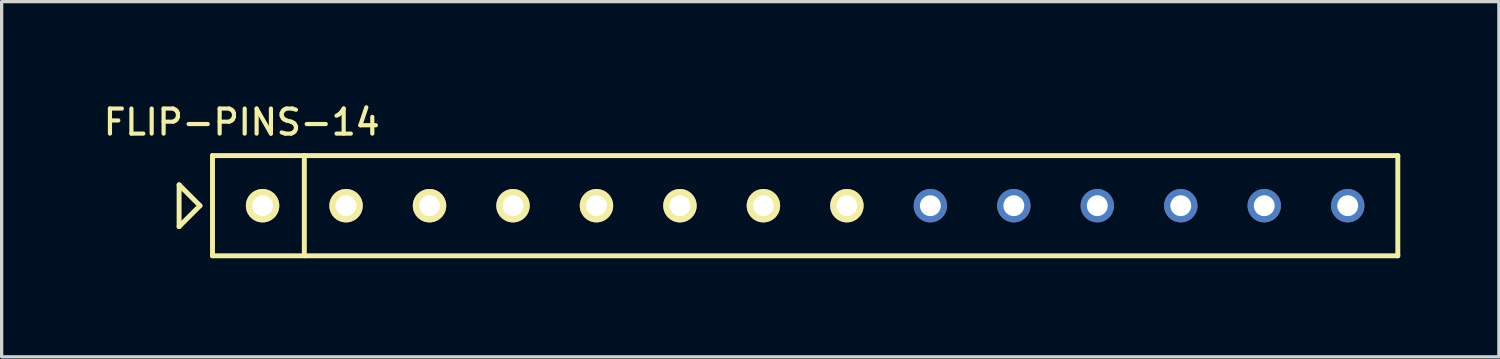
<source format=kicad_pcb>
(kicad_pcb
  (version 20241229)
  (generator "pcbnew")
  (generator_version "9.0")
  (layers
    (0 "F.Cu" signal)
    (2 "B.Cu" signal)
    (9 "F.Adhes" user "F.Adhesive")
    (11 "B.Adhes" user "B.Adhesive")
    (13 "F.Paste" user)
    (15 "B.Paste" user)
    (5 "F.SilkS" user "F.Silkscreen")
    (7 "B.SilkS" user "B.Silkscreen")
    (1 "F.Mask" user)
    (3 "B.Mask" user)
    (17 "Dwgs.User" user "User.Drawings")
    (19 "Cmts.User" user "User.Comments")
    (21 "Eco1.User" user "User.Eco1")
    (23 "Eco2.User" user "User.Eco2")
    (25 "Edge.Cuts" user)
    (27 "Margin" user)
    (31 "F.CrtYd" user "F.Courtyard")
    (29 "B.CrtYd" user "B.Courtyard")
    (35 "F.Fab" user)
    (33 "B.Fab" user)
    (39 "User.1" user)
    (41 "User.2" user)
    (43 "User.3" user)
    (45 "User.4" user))
  (footprint "FLIP-PINS-14"
    (layer "F.Cu")
    (at 21.45 3.209)
    (property "Reference" "FLIP-PINS-14" (at -17.145 -2.54 0) (layer "F.SilkS") (effects (font (size 0.762 0.762) (thickness 0.127))))
    (attr through_hole)
    (fp_line (start -19.05 -0.635) (end -19.05 0.635) (stroke (width 0.15) (type solid)) (layer "F.SilkS"))
    (fp_line (start -19.05 0.635) (end -18.415 0) (stroke (width 0.15) (type solid)) (layer "F.SilkS"))
    (fp_line (start -18.415 0) (end -19.05 -0.635) (stroke (width 0.15) (type solid)) (layer "F.SilkS"))
    (fp_line (start -18.034 -1.524) (end 18.034 -1.524) (stroke (width 0.15) (type solid)) (layer "F.SilkS"))
    (fp_line (start -18.034 1.524) (end -18.034 -1.524) (stroke (width 0.15) (type solid)) (layer "F.SilkS"))
    (fp_line (start -15.24 -1.524) (end -15.24 1.524) (stroke (width 0.15) (type solid)) (layer "F.SilkS"))
    (fp_line (start 18.034 -1.524) (end 18.034 1.524) (stroke (width 0.15) (type solid)) (layer "F.SilkS"))
    (fp_line (start 18.034 1.524) (end -18.034 1.524) (stroke (width 0.15) (type solid)) (layer "F.SilkS"))
    (pad "1" thru_hole circle (at -16.51 0) (size 1.016 1.016) (drill 0.635) (layers "*.Cu" "*.Mask" "F.SilkS"))
    (pad "2" thru_hole circle (at -13.97 0) (size 1.016 1.016) (drill 0.635) (layers "*.Cu" "*.Mask" "F.SilkS"))
    (pad "3" thru_hole circle (at -11.43 0) (size 1.016 1.016) (drill 0.635) (layers "*.Cu" "*.Mask" "F.SilkS"))
    (pad "4" thru_hole circle (at -8.89 0) (size 1.016 1.016) (drill 0.635) (layers "*.Cu" "*.Mask" "F.SilkS"))
    (pad "5" thru_hole circle (at -6.35 0) (size 1.016 1.016) (drill 0.635) (layers "*.Cu" "*.Mask" "F.SilkS"))
    (pad "6" thru_hole circle (at -3.81 0) (size 1.016 1.016) (drill 0.635) (layers "*.Cu" "*.Mask" "F.SilkS"))
    (pad "7" thru_hole circle (at -1.27 0) (size 1.016 1.016) (drill 0.635) (layers "*.Cu" "*.Mask" "F.SilkS"))
    (pad "8" thru_hole circle (at 1.27 0) (size 1.016 1.016) (drill 0.635) (layers "*.Cu" "*.Mask" "F.SilkS"))
    (pad "9" thru_hole circle (at 3.81 0) (size 1.016 1.016) (drill 0.635) (layers "*.Cu" "*.Mask"))
    (pad "10" thru_hole circle (at 6.35 0) (size 1.016 1.016) (drill 0.635) (layers "*.Cu" "*.Mask"))
    (pad "11" thru_hole circle (at 8.89 0) (size 1.016 1.016) (drill 0.635) (layers "*.Cu" "*.Mask"))
    (pad "12" thru_hole circle (at 11.43 0) (size 1.016 1.016) (drill 0.635) (layers "*.Cu" "*.Mask"))
    (pad "13" thru_hole circle (at 13.97 0) (size 1.016 1.016) (drill 0.635) (layers "*.Cu" "*.Mask"))
    (pad "14" thru_hole circle (at 16.51 0) (size 1.016 1.016) (drill 0.635) (layers "*.Cu" "*.Mask")))
  (gr_rect
    (start -3 -3)
    (end 42.559 7.808)
    (stroke (width 0.1) (type default))
    (fill no)
    (layer "Edge.Cuts")))
</source>
